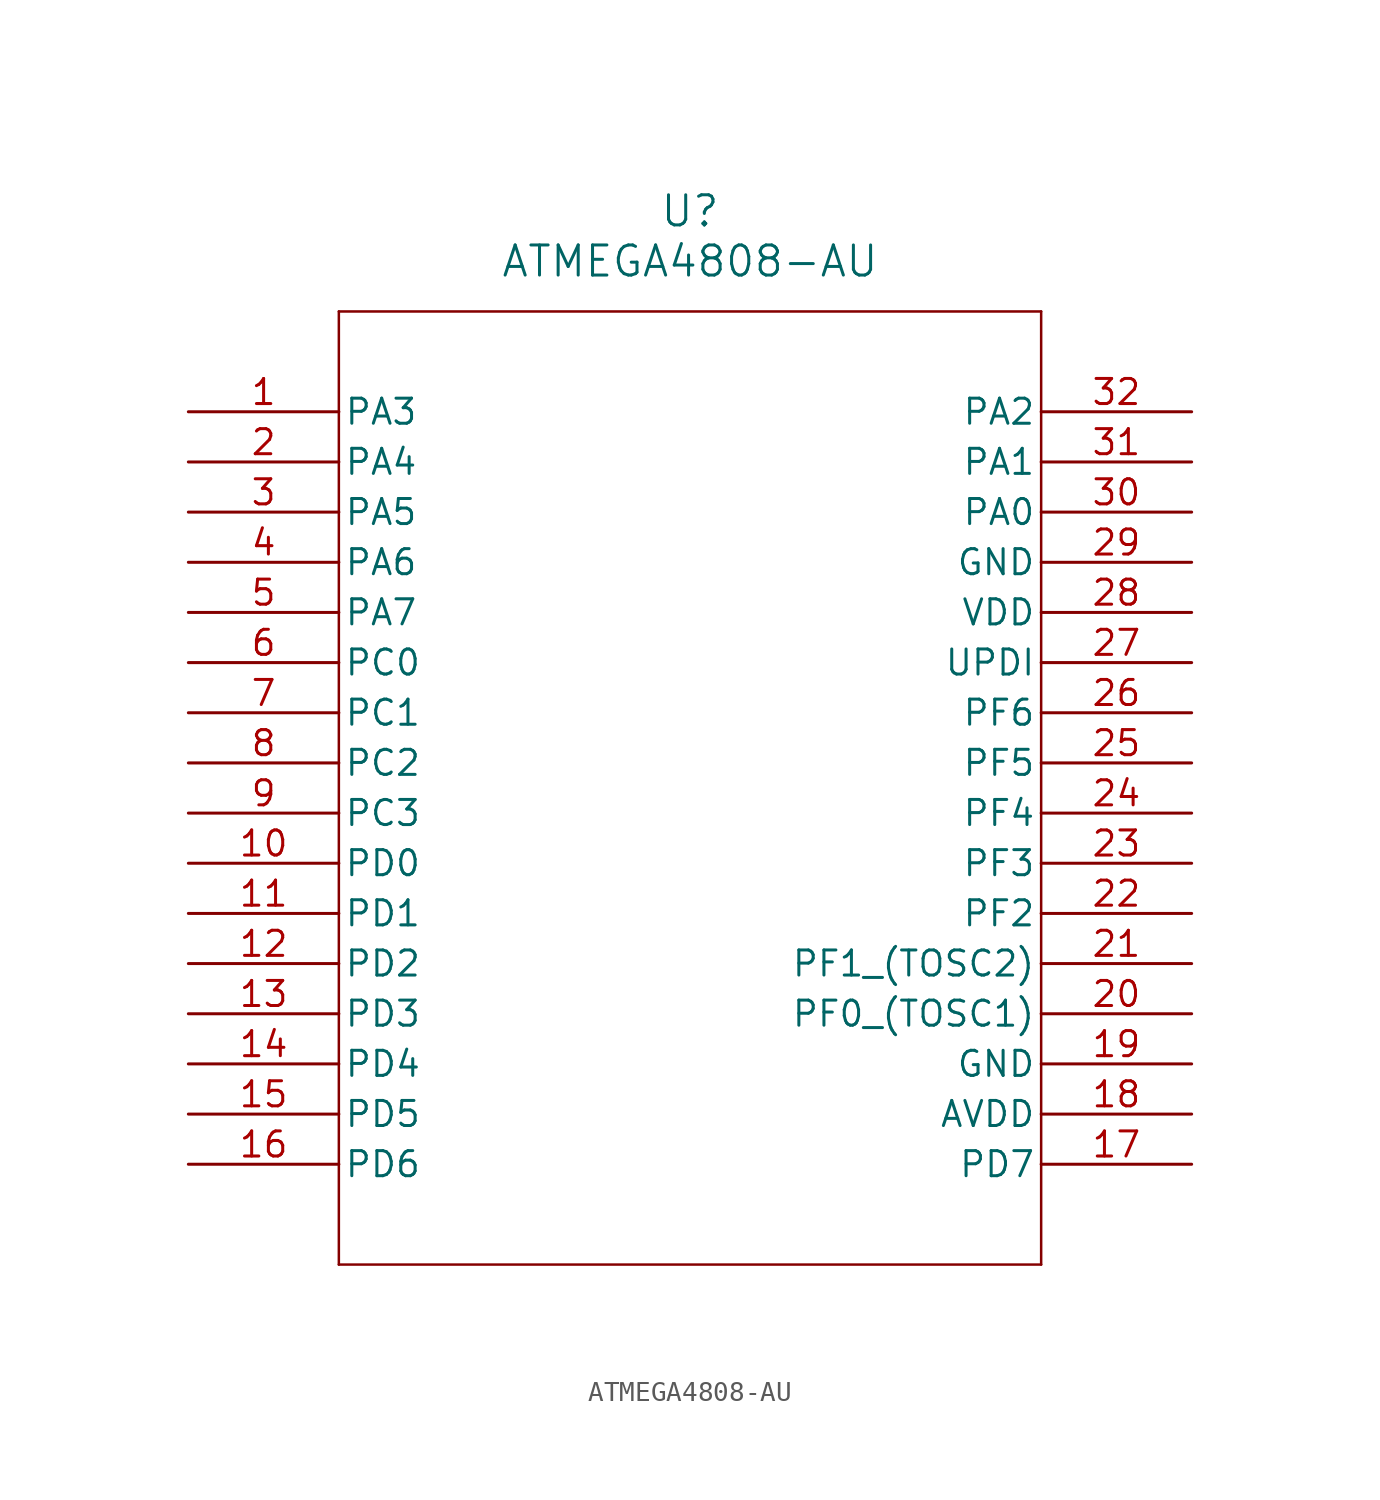
<source format=kicad_sym>
(kicad_symbol_lib
  (version 20211014)
  (generator kicad_symbol_editor)
  (symbol "ATMEGA4808-AU"
    (pin_names
      (offset 0.254))
    (property "Reference" "U"
      (at 25.4 10.16 0)
      (effects (font (size 1.524 1.524))))
    (property "Value" "ATMEGA4808-AU"
      (at 25.4 7.62 0)
      (effects (font (size 1.524 1.524))))
    (symbol "ATMEGA4808-AU_0_1"
      (polyline (pts (xy 7.62 5.08) (xy 7.62 -43.18)) (stroke (width 0.127) (type default) (color 0 0 0 0)) (fill (type none)))
      (polyline (pts (xy 7.62 -43.18) (xy 43.18 -43.18)) (stroke (width 0.127) (type default) (color 0 0 0 0)) (fill (type none)))
      (polyline (pts (xy 43.18 -43.18) (xy 43.18 5.08)) (stroke (width 0.127) (type default) (color 0 0 0 0)) (fill (type none)))
      (polyline (pts (xy 43.18 5.08) (xy 7.62 5.08)) (stroke (width 0.127) (type default) (color 0 0 0 0)) (fill (type none)))
      (pin bidirectional line (at 0 0 0) (length 7.62) (name "PA3" (effects (font (size 1.27 1.27)))) (number "1" (effects (font (size 1.27 1.27)))))
      (pin bidirectional line (at 0 -2.54 0) (length 7.62) (name "PA4" (effects (font (size 1.27 1.27)))) (number "2" (effects (font (size 1.27 1.27)))))
      (pin bidirectional line (at 0 -5.08 0) (length 7.62) (name "PA5" (effects (font (size 1.27 1.27)))) (number "3" (effects (font (size 1.27 1.27)))))
      (pin bidirectional line (at 0 -7.62 0) (length 7.62) (name "PA6" (effects (font (size 1.27 1.27)))) (number "4" (effects (font (size 1.27 1.27)))))
      (pin bidirectional line (at 0 -10.16 0) (length 7.62) (name "PA7" (effects (font (size 1.27 1.27)))) (number "5" (effects (font (size 1.27 1.27)))))
      (pin bidirectional line (at 0 -12.7 0) (length 7.62) (name "PC0" (effects (font (size 1.27 1.27)))) (number "6" (effects (font (size 1.27 1.27)))))
      (pin bidirectional line (at 0 -15.24 0) (length 7.62) (name "PC1" (effects (font (size 1.27 1.27)))) (number "7" (effects (font (size 1.27 1.27)))))
      (pin bidirectional line (at 0 -17.78 0) (length 7.62) (name "PC2" (effects (font (size 1.27 1.27)))) (number "8" (effects (font (size 1.27 1.27)))))
      (pin bidirectional line (at 0 -20.32 0) (length 7.62) (name "PC3" (effects (font (size 1.27 1.27)))) (number "9" (effects (font (size 1.27 1.27)))))
      (pin bidirectional line (at 0 -22.86 0) (length 7.62) (name "PD0" (effects (font (size 1.27 1.27)))) (number "10" (effects (font (size 1.27 1.27)))))
      (pin bidirectional line (at 0 -25.4 0) (length 7.62) (name "PD1" (effects (font (size 1.27 1.27)))) (number "11" (effects (font (size 1.27 1.27)))))
      (pin bidirectional line (at 0 -27.94 0) (length 7.62) (name "PD2" (effects (font (size 1.27 1.27)))) (number "12" (effects (font (size 1.27 1.27)))))
      (pin bidirectional line (at 0 -30.48 0) (length 7.62) (name "PD3" (effects (font (size 1.27 1.27)))) (number "13" (effects (font (size 1.27 1.27)))))
      (pin bidirectional line (at 0 -33.02 0) (length 7.62) (name "PD4" (effects (font (size 1.27 1.27)))) (number "14" (effects (font (size 1.27 1.27)))))
      (pin bidirectional line (at 0 -35.56 0) (length 7.62) (name "PD5" (effects (font (size 1.27 1.27)))) (number "15" (effects (font (size 1.27 1.27)))))
      (pin bidirectional line (at 0 -38.1 0) (length 7.62) (name "PD6" (effects (font (size 1.27 1.27)))) (number "16" (effects (font (size 1.27 1.27)))))
      (pin bidirectional line (at 50.8 -38.1 180) (length 7.62) (name "PD7" (effects (font (size 1.27 1.27)))) (number "17" (effects (font (size 1.27 1.27)))))
      (pin power_in line (at 50.8 -35.56 180) (length 7.62) (name "AVDD" (effects (font (size 1.27 1.27)))) (number "18" (effects (font (size 1.27 1.27)))))
      (pin power_out line (at 50.8 -33.02 180) (length 7.62) (name "GND" (effects (font (size 1.27 1.27)))) (number "19" (effects (font (size 1.27 1.27)))))
      (pin bidirectional line (at 50.8 -30.48 180) (length 7.62) (name "PF0 (TOSC1)" (effects (font (size 1.27 1.27)))) (number "20" (effects (font (size 1.27 1.27)))))
      (pin bidirectional line (at 50.8 -27.94 180) (length 7.62) (name "PF1 (TOSC2)" (effects (font (size 1.27 1.27)))) (number "21" (effects (font (size 1.27 1.27)))))
      (pin bidirectional line (at 50.8 -25.4 180) (length 7.62) (name "PF2" (effects (font (size 1.27 1.27)))) (number "22" (effects (font (size 1.27 1.27)))))
      (pin bidirectional line (at 50.8 -22.86 180) (length 7.62) (name "PF3" (effects (font (size 1.27 1.27)))) (number "23" (effects (font (size 1.27 1.27)))))
      (pin bidirectional line (at 50.8 -20.32 180) (length 7.62) (name "PF4" (effects (font (size 1.27 1.27)))) (number "24" (effects (font (size 1.27 1.27)))))
      (pin bidirectional line (at 50.8 -17.78 180) (length 7.62) (name "PF5" (effects (font (size 1.27 1.27)))) (number "25" (effects (font (size 1.27 1.27)))))
      (pin bidirectional line (at 50.8 -15.24 180) (length 7.62) (name "PF6" (effects (font (size 1.27 1.27)))) (number "26" (effects (font (size 1.27 1.27)))))
      (pin bidirectional line (at 50.8 -12.7 180) (length 7.62) (name "UPDI" (effects (font (size 1.27 1.27)))) (number "27" (effects (font (size 1.27 1.27)))))
      (pin power_in line (at 50.8 -10.16 180) (length 7.62) (name "VDD" (effects (font (size 1.27 1.27)))) (number "28" (effects (font (size 1.27 1.27)))))
      (pin power_out line (at 50.8 -7.62 180) (length 7.62) (name "GND" (effects (font (size 1.27 1.27)))) (number "29" (effects (font (size 1.27 1.27)))))
      (pin bidirectional line (at 50.8 -5.08 180) (length 7.62) (name "PA0" (effects (font (size 1.27 1.27)))) (number "30" (effects (font (size 1.27 1.27)))))
      (pin bidirectional line (at 50.8 -2.54 180) (length 7.62) (name "PA1" (effects (font (size 1.27 1.27)))) (number "31" (effects (font (size 1.27 1.27)))))
      (pin bidirectional line (at 50.8 0 180) (length 7.62) (name "PA2" (effects (font (size 1.27 1.27)))) (number "32" (effects (font (size 1.27 1.27))))))))
</source>
